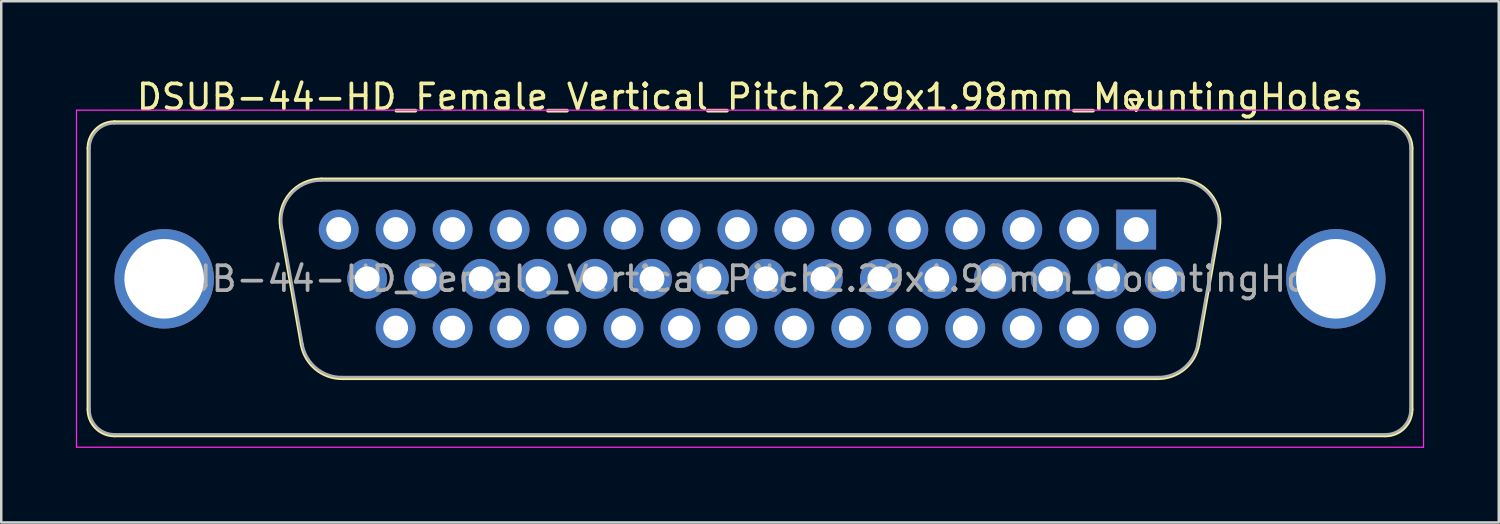
<source format=kicad_pcb>
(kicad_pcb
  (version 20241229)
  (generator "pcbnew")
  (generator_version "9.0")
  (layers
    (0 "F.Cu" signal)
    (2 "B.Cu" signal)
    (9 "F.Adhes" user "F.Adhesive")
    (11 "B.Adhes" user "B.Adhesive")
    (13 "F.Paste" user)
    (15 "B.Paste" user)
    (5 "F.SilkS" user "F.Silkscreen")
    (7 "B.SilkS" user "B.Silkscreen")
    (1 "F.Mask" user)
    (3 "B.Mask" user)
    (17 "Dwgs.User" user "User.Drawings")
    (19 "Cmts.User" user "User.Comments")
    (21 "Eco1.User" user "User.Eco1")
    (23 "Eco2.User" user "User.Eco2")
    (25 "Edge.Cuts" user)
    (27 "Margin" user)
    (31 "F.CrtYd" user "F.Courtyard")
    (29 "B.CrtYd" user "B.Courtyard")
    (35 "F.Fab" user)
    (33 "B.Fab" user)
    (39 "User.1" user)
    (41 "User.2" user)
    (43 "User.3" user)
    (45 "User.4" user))
  (footprint "DSUB-44-HD_Female_Vertical_Pitch2.29x1.98mm_MountingHoles"
    (layer "F.Cu")
    (at 42.625 6.178)
    (property "Reference" "DSUB-44-HD_Female_Vertical_Pitch2.29x1.98mm_MountingHoles" (at -15.525 -5.33 0) (layer "F.SilkS") (effects (font (size 1 1) (thickness 0.15))))
    (attr through_hole)
    (fp_line (start -42.135 7.23) (end -42.135 -3.27) (stroke (width 0.12) (type solid)) (layer "F.SilkS"))
    (fp_line (start -41.075 -4.33) (end 10.025 -4.33) (stroke (width 0.12) (type solid)) (layer "F.SilkS"))
    (fp_line (start -34.391 -0.082) (end -33.563 4.618) (stroke (width 0.12) (type solid)) (layer "F.SilkS"))
    (fp_line (start -32.757 -2.03) (end 1.707 -2.03) (stroke (width 0.12) (type solid)) (layer "F.SilkS"))
    (fp_line (start -31.928 5.99) (end 0.878 5.99) (stroke (width 0.12) (type solid)) (layer "F.SilkS"))
    (fp_line (start -0.25 -5.224) (end 0.25 -5.224) (stroke (width 0.12) (type solid)) (layer "F.SilkS"))
    (fp_line (start 0 -4.791) (end -0.25 -5.224) (stroke (width 0.12) (type solid)) (layer "F.SilkS"))
    (fp_line (start 0.25 -5.224) (end 0 -4.791) (stroke (width 0.12) (type solid)) (layer "F.SilkS"))
    (fp_line (start 3.341 -0.082) (end 2.513 4.618) (stroke (width 0.12) (type solid)) (layer "F.SilkS"))
    (fp_line (start 10.025 8.29) (end -41.075 8.29) (stroke (width 0.12) (type solid)) (layer "F.SilkS"))
    (fp_line (start 11.085 -3.27) (end 11.085 7.23) (stroke (width 0.12) (type solid)) (layer "F.SilkS"))
    (fp_arc (start -42.135 -3.27) (mid -41.824533 -4.019533) (end -41.075 -4.33) (stroke (width 0.12) (type solid)) (layer "F.SilkS"))
    (fp_arc (start -41.075 8.29) (mid -41.824533 7.979533) (end -42.135 7.23) (stroke (width 0.12) (type solid)) (layer "F.SilkS"))
    (fp_arc (start -34.39147 -0.081744) (mid -34.028323 -1.437028) (end -32.756689 -2.03) (stroke (width 0.12) (type solid)) (layer "F.SilkS"))
    (fp_arc (start -31.927952 5.99) (mid -32.994979 5.601634) (end -33.562733 4.618256) (stroke (width 0.12) (type solid)) (layer "F.SilkS"))
    (fp_arc (start 1.706689 -2.03) (mid 2.978323 -1.437027) (end 3.34147 -0.081744) (stroke (width 0.12) (type solid)) (layer "F.SilkS"))
    (fp_arc (start 2.512733 4.618256) (mid 1.94498 5.601634) (end 0.877952 5.99) (stroke (width 0.12) (type solid)) (layer "F.SilkS"))
    (fp_arc (start 10.025 -4.33) (mid 10.774533 -4.019533) (end 11.085 -3.27) (stroke (width 0.12) (type solid)) (layer "F.SilkS"))
    (fp_arc (start 11.085 7.23) (mid 10.774533 7.979533) (end 10.025 8.29) (stroke (width 0.12) (type solid)) (layer "F.SilkS"))
    (fp_line (start -42.6 -4.8) (end -42.6 8.75) (stroke (width 0.05) (type solid)) (layer "F.CrtYd"))
    (fp_line (start -42.6 8.75) (end 11.55 8.75) (stroke (width 0.05) (type solid)) (layer "F.CrtYd"))
    (fp_line (start 11.55 -4.8) (end -42.6 -4.8) (stroke (width 0.05) (type solid)) (layer "F.CrtYd"))
    (fp_line (start 11.55 8.75) (end 11.55 -4.8) (stroke (width 0.05) (type solid)) (layer "F.CrtYd"))
    (fp_line (start -42.075 7.23) (end -42.075 -3.27) (stroke (width 0.1) (type solid)) (layer "F.Fab"))
    (fp_line (start -41.075 -4.27) (end 10.025 -4.27) (stroke (width 0.1) (type solid)) (layer "F.Fab"))
    (fp_line (start -34.344 -0.092) (end -33.515 4.608) (stroke (width 0.1) (type solid)) (layer "F.Fab"))
    (fp_line (start -32.768 -1.97) (end 1.718 -1.97) (stroke (width 0.1) (type solid)) (layer "F.Fab"))
    (fp_line (start -31.939 5.93) (end 0.889 5.93) (stroke (width 0.1) (type solid)) (layer "F.Fab"))
    (fp_line (start 3.294 -0.092) (end 2.465 4.608) (stroke (width 0.1) (type solid)) (layer "F.Fab"))
    (fp_line (start 10.025 8.23) (end -41.075 8.23) (stroke (width 0.1) (type solid)) (layer "F.Fab"))
    (fp_line (start 11.025 -3.27) (end 11.025 7.23) (stroke (width 0.1) (type solid)) (layer "F.Fab"))
    (fp_arc (start -42.075 -3.27) (mid -41.782107 -3.977107) (end -41.075 -4.27) (stroke (width 0.1) (type solid)) (layer "F.Fab"))
    (fp_arc (start -41.075 8.23) (mid -41.782107 7.937107) (end -42.075 7.23) (stroke (width 0.1) (type solid)) (layer "F.Fab"))
    (fp_arc (start -34.343886 -0.092163) (mid -33.993865 -1.39846) (end -32.768194 -1.97) (stroke (width 0.1) (type solid)) (layer "F.Fab"))
    (fp_arc (start -31.939457 5.93) (mid -32.967917 5.555671) (end -33.515149 4.607837) (stroke (width 0.1) (type solid)) (layer "F.Fab"))
    (fp_arc (start 1.718194 -1.97) (mid 2.943865 -1.39846) (end 3.293886 -0.092163) (stroke (width 0.1) (type solid)) (layer "F.Fab"))
    (fp_arc (start 2.465149 4.607837) (mid 1.917917 5.555671) (end 0.889457 5.93) (stroke (width 0.1) (type solid)) (layer "F.Fab"))
    (fp_arc (start 10.025 -4.27) (mid 10.732107 -3.977107) (end 11.025 -3.27) (stroke (width 0.1) (type solid)) (layer "F.Fab"))
    (fp_arc (start 11.025 7.23) (mid 10.732107 7.937107) (end 10.025 8.23) (stroke (width 0.1) (type solid)) (layer "F.Fab"))
    (fp_text user "${REFERENCE}" (at -15.525 1.98 0) (layer "F.Fab") (effects (font (size 1 1) (thickness 0.15))))
    (pad "0" thru_hole circle (at -39.075 1.98) (size 4 4) (drill 3.2) (layers "*.Cu" "*.Mask"))
    (pad "0" thru_hole circle (at 8.025 1.98) (size 4 4) (drill 3.2) (layers "*.Cu" "*.Mask"))
    (pad "1" thru_hole rect (at 0 0) (size 1.6 1.6) (drill 1) (layers "*.Cu" "*.Mask"))
    (pad "2" thru_hole circle (at -2.29 0) (size 1.6 1.6) (drill 1) (layers "*.Cu" "*.Mask"))
    (pad "3" thru_hole circle (at -4.58 0) (size 1.6 1.6) (drill 1) (layers "*.Cu" "*.Mask"))
    (pad "4" thru_hole circle (at -6.87 0) (size 1.6 1.6) (drill 1) (layers "*.Cu" "*.Mask"))
    (pad "5" thru_hole circle (at -9.16 0) (size 1.6 1.6) (drill 1) (layers "*.Cu" "*.Mask"))
    (pad "6" thru_hole circle (at -11.45 0) (size 1.6 1.6) (drill 1) (layers "*.Cu" "*.Mask"))
    (pad "7" thru_hole circle (at -13.74 0) (size 1.6 1.6) (drill 1) (layers "*.Cu" "*.Mask"))
    (pad "8" thru_hole circle (at -16.03 0) (size 1.6 1.6) (drill 1) (layers "*.Cu" "*.Mask"))
    (pad "9" thru_hole circle (at -18.32 0) (size 1.6 1.6) (drill 1) (layers "*.Cu" "*.Mask"))
    (pad "10" thru_hole circle (at -20.61 0) (size 1.6 1.6) (drill 1) (layers "*.Cu" "*.Mask"))
    (pad "11" thru_hole circle (at -22.9 0) (size 1.6 1.6) (drill 1) (layers "*.Cu" "*.Mask"))
    (pad "12" thru_hole circle (at -25.19 0) (size 1.6 1.6) (drill 1) (layers "*.Cu" "*.Mask"))
    (pad "13" thru_hole circle (at -27.48 0) (size 1.6 1.6) (drill 1) (layers "*.Cu" "*.Mask"))
    (pad "14" thru_hole circle (at -29.77 0) (size 1.6 1.6) (drill 1) (layers "*.Cu" "*.Mask"))
    (pad "15" thru_hole circle (at -32.06 0) (size 1.6 1.6) (drill 1) (layers "*.Cu" "*.Mask"))
    (pad "16" thru_hole circle (at 1.145 1.98) (size 1.6 1.6) (drill 1) (layers "*.Cu" "*.Mask"))
    (pad "17" thru_hole circle (at -1.145 1.98) (size 1.6 1.6) (drill 1) (layers "*.Cu" "*.Mask"))
    (pad "18" thru_hole circle (at -3.435 1.98) (size 1.6 1.6) (drill 1) (layers "*.Cu" "*.Mask"))
    (pad "19" thru_hole circle (at -5.725 1.98) (size 1.6 1.6) (drill 1) (layers "*.Cu" "*.Mask"))
    (pad "20" thru_hole circle (at -8.015 1.98) (size 1.6 1.6) (drill 1) (layers "*.Cu" "*.Mask"))
    (pad "21" thru_hole circle (at -10.305 1.98) (size 1.6 1.6) (drill 1) (layers "*.Cu" "*.Mask"))
    (pad "22" thru_hole circle (at -12.595 1.98) (size 1.6 1.6) (drill 1) (layers "*.Cu" "*.Mask"))
    (pad "23" thru_hole circle (at -14.885 1.98) (size 1.6 1.6) (drill 1) (layers "*.Cu" "*.Mask"))
    (pad "24" thru_hole circle (at -17.175 1.98) (size 1.6 1.6) (drill 1) (layers "*.Cu" "*.Mask"))
    (pad "25" thru_hole circle (at -19.465 1.98) (size 1.6 1.6) (drill 1) (layers "*.Cu" "*.Mask"))
    (pad "26" thru_hole circle (at -21.755 1.98) (size 1.6 1.6) (drill 1) (layers "*.Cu" "*.Mask"))
    (pad "27" thru_hole circle (at -24.045 1.98) (size 1.6 1.6) (drill 1) (layers "*.Cu" "*.Mask"))
    (pad "28" thru_hole circle (at -26.335 1.98) (size 1.6 1.6) (drill 1) (layers "*.Cu" "*.Mask"))
    (pad "29" thru_hole circle (at -28.625 1.98) (size 1.6 1.6) (drill 1) (layers "*.Cu" "*.Mask"))
    (pad "30" thru_hole circle (at -30.915 1.98) (size 1.6 1.6) (drill 1) (layers "*.Cu" "*.Mask"))
    (pad "31" thru_hole circle (at 0 3.96) (size 1.6 1.6) (drill 1) (layers "*.Cu" "*.Mask"))
    (pad "32" thru_hole circle (at -2.29 3.96) (size 1.6 1.6) (drill 1) (layers "*.Cu" "*.Mask"))
    (pad "33" thru_hole circle (at -4.58 3.96) (size 1.6 1.6) (drill 1) (layers "*.Cu" "*.Mask"))
    (pad "34" thru_hole circle (at -6.87 3.96) (size 1.6 1.6) (drill 1) (layers "*.Cu" "*.Mask"))
    (pad "35" thru_hole circle (at -9.16 3.96) (size 1.6 1.6) (drill 1) (layers "*.Cu" "*.Mask"))
    (pad "36" thru_hole circle (at -11.45 3.96) (size 1.6 1.6) (drill 1) (layers "*.Cu" "*.Mask"))
    (pad "37" thru_hole circle (at -13.74 3.96) (size 1.6 1.6) (drill 1) (layers "*.Cu" "*.Mask"))
    (pad "38" thru_hole circle (at -16.03 3.96) (size 1.6 1.6) (drill 1) (layers "*.Cu" "*.Mask"))
    (pad "39" thru_hole circle (at -18.32 3.96) (size 1.6 1.6) (drill 1) (layers "*.Cu" "*.Mask"))
    (pad "40" thru_hole circle (at -20.61 3.96) (size 1.6 1.6) (drill 1) (layers "*.Cu" "*.Mask"))
    (pad "41" thru_hole circle (at -22.9 3.96) (size 1.6 1.6) (drill 1) (layers "*.Cu" "*.Mask"))
    (pad "42" thru_hole circle (at -25.19 3.96) (size 1.6 1.6) (drill 1) (layers "*.Cu" "*.Mask"))
    (pad "43" thru_hole circle (at -27.48 3.96) (size 1.6 1.6) (drill 1) (layers "*.Cu" "*.Mask"))
    (pad "44" thru_hole circle (at -29.77 3.96) (size 1.6 1.6) (drill 1) (layers "*.Cu" "*.Mask")))
  (gr_rect
    (start -3 -3)
    (end 57.2 17.953)
    (stroke (width 0.1) (type default))
    (fill no)
    (layer "Edge.Cuts")))
</source>
